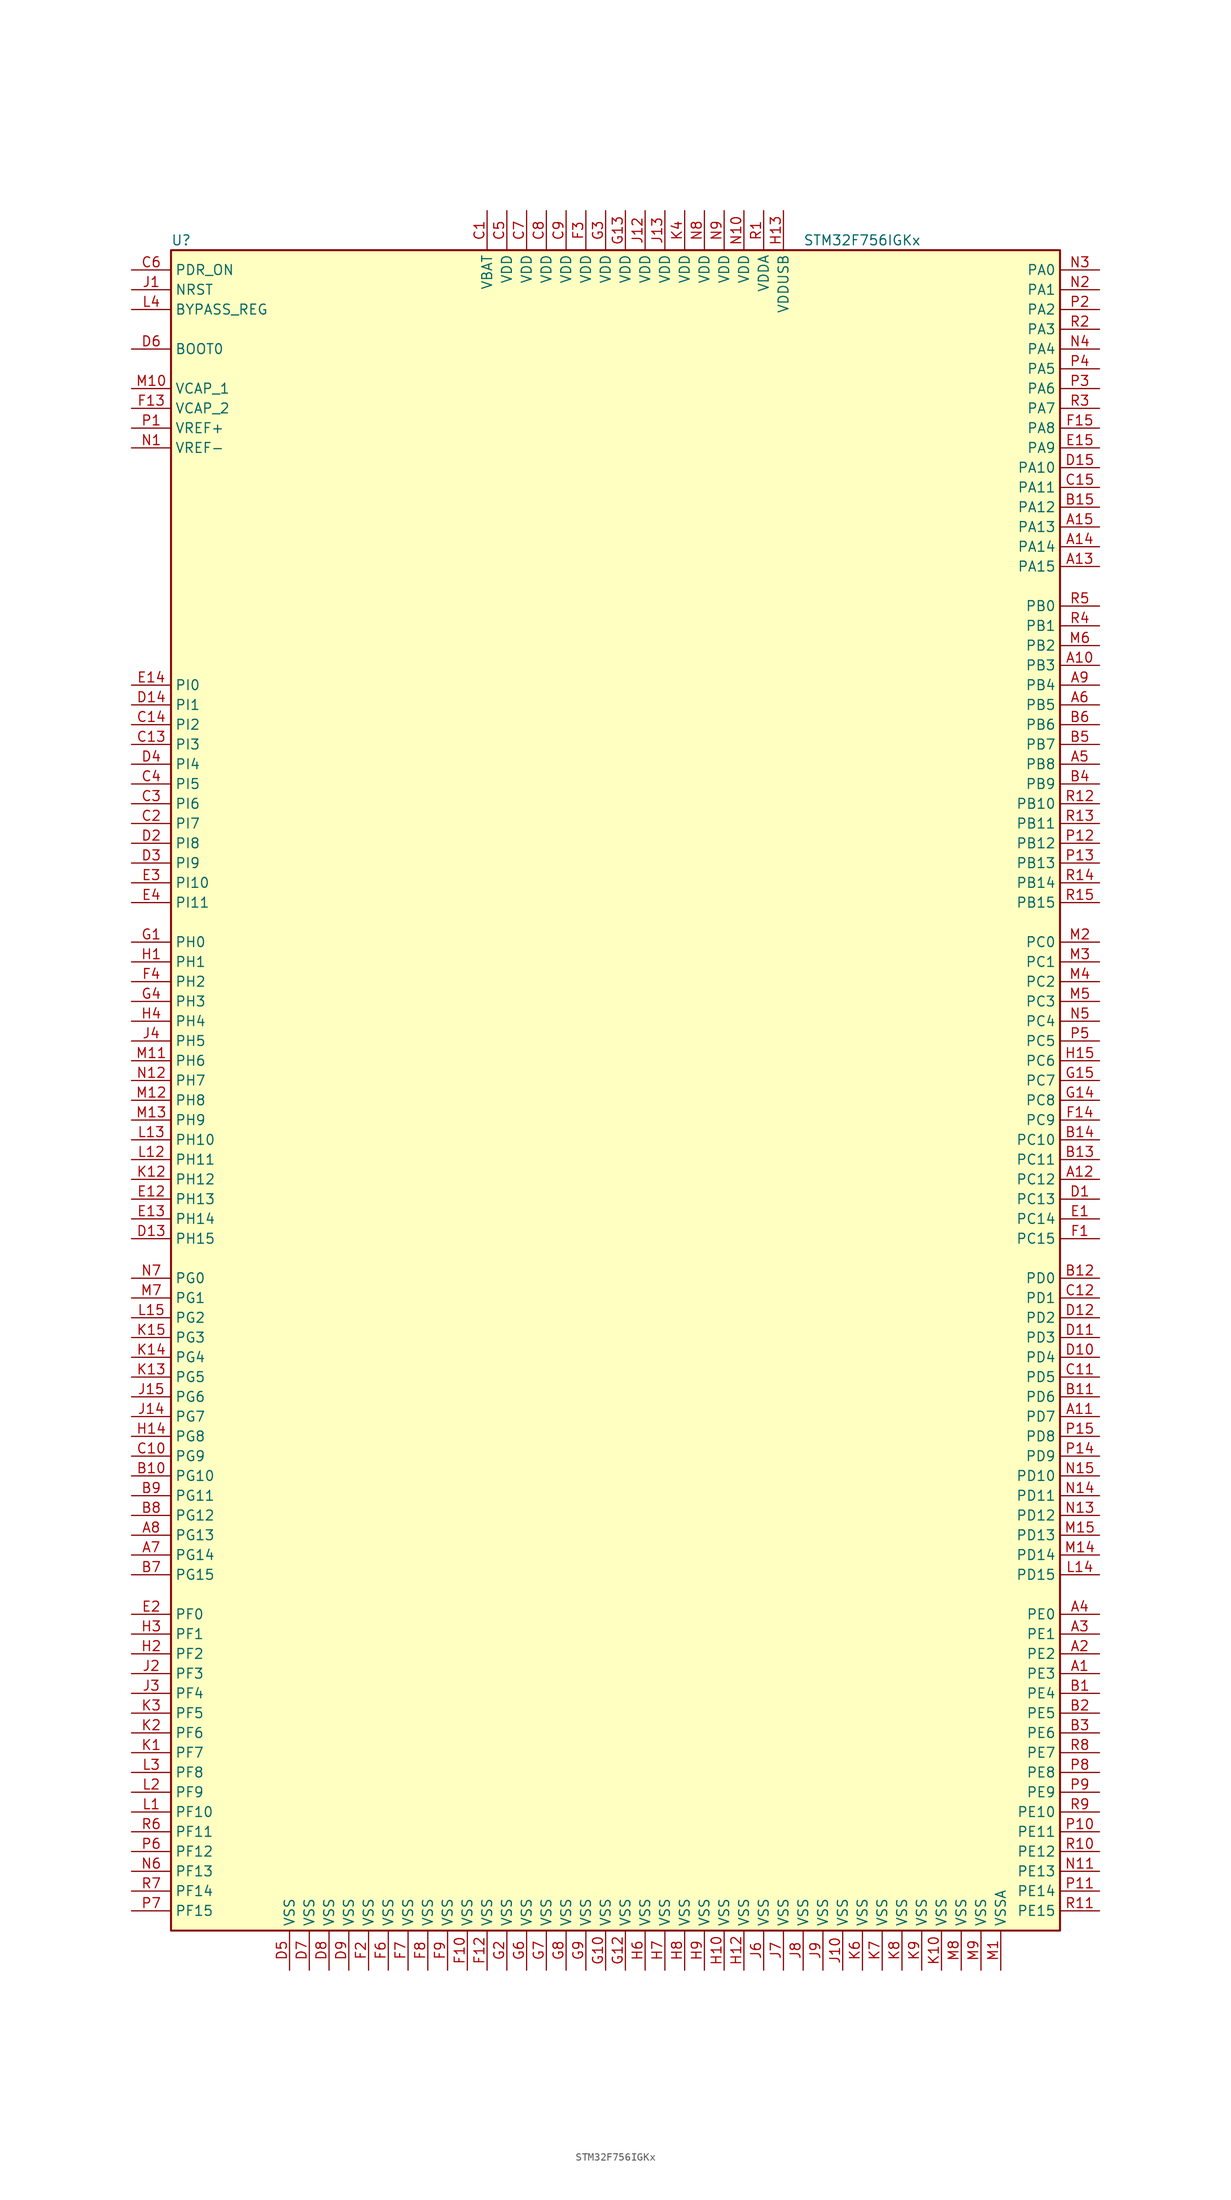
<source format=kicad_sym>
(kicad_symbol_lib
  (version 20211014)
  (generator kicad_symbol_editor)
  (symbol "STM32F756IGKx"
    (property "Reference" "U"
      (at -58.42 107.95 0)
      (effects (font (size 1.27 1.27)) (justify left)))
    (property "Value" "STM32F756IGKx"
      (at 22.86 107.95 0)
      (effects (font (size 1.27 1.27)) (justify left)))
    (symbol "STM32F756IGKx_0_1"
      (rectangle (start -58.42 -109.22) (end 55.88 106.68) (stroke (width 0.254) (type default) (color 0 0 0 0)) (fill (type background))))
    (symbol "STM32F756IGKx_1_1"
      (pin bidirectional line (at 60.96 -76.2 180) (length 5.08) (name "PE3" (effects (font (size 1.27 1.27)))) (number "A1" (effects (font (size 1.27 1.27)))))
      (pin bidirectional line (at 60.96 53.34 180) (length 5.08) (name "PB3" (effects (font (size 1.27 1.27)))) (number "A10" (effects (font (size 1.27 1.27)))))
      (pin bidirectional line (at 60.96 -43.18 180) (length 5.08) (name "PD7" (effects (font (size 1.27 1.27)))) (number "A11" (effects (font (size 1.27 1.27)))))
      (pin bidirectional line (at 60.96 -12.7 180) (length 5.08) (name "PC12" (effects (font (size 1.27 1.27)))) (number "A12" (effects (font (size 1.27 1.27)))))
      (pin bidirectional line (at 60.96 66.04 180) (length 5.08) (name "PA15" (effects (font (size 1.27 1.27)))) (number "A13" (effects (font (size 1.27 1.27)))))
      (pin bidirectional line (at 60.96 68.58 180) (length 5.08) (name "PA14" (effects (font (size 1.27 1.27)))) (number "A14" (effects (font (size 1.27 1.27)))))
      (pin bidirectional line (at 60.96 71.12 180) (length 5.08) (name "PA13" (effects (font (size 1.27 1.27)))) (number "A15" (effects (font (size 1.27 1.27)))))
      (pin bidirectional line (at 60.96 -73.66 180) (length 5.08) (name "PE2" (effects (font (size 1.27 1.27)))) (number "A2" (effects (font (size 1.27 1.27)))))
      (pin bidirectional line (at 60.96 -71.12 180) (length 5.08) (name "PE1" (effects (font (size 1.27 1.27)))) (number "A3" (effects (font (size 1.27 1.27)))))
      (pin bidirectional line (at 60.96 -68.58 180) (length 5.08) (name "PE0" (effects (font (size 1.27 1.27)))) (number "A4" (effects (font (size 1.27 1.27)))))
      (pin bidirectional line (at 60.96 40.64 180) (length 5.08) (name "PB8" (effects (font (size 1.27 1.27)))) (number "A5" (effects (font (size 1.27 1.27)))))
      (pin bidirectional line (at 60.96 48.26 180) (length 5.08) (name "PB5" (effects (font (size 1.27 1.27)))) (number "A6" (effects (font (size 1.27 1.27)))))
      (pin bidirectional line (at -63.5 -60.96 0) (length 5.08) (name "PG14" (effects (font (size 1.27 1.27)))) (number "A7" (effects (font (size 1.27 1.27)))))
      (pin bidirectional line (at -63.5 -58.42 0) (length 5.08) (name "PG13" (effects (font (size 1.27 1.27)))) (number "A8" (effects (font (size 1.27 1.27)))))
      (pin bidirectional line (at 60.96 50.8 180) (length 5.08) (name "PB4" (effects (font (size 1.27 1.27)))) (number "A9" (effects (font (size 1.27 1.27)))))
      (pin bidirectional line (at 60.96 -78.74 180) (length 5.08) (name "PE4" (effects (font (size 1.27 1.27)))) (number "B1" (effects (font (size 1.27 1.27)))))
      (pin bidirectional line (at -63.5 -50.8 0) (length 5.08) (name "PG10" (effects (font (size 1.27 1.27)))) (number "B10" (effects (font (size 1.27 1.27)))))
      (pin bidirectional line (at 60.96 -40.64 180) (length 5.08) (name "PD6" (effects (font (size 1.27 1.27)))) (number "B11" (effects (font (size 1.27 1.27)))))
      (pin bidirectional line (at 60.96 -25.4 180) (length 5.08) (name "PD0" (effects (font (size 1.27 1.27)))) (number "B12" (effects (font (size 1.27 1.27)))))
      (pin bidirectional line (at 60.96 -10.16 180) (length 5.08) (name "PC11" (effects (font (size 1.27 1.27)))) (number "B13" (effects (font (size 1.27 1.27)))))
      (pin bidirectional line (at 60.96 -7.62 180) (length 5.08) (name "PC10" (effects (font (size 1.27 1.27)))) (number "B14" (effects (font (size 1.27 1.27)))))
      (pin bidirectional line (at 60.96 73.66 180) (length 5.08) (name "PA12" (effects (font (size 1.27 1.27)))) (number "B15" (effects (font (size 1.27 1.27)))))
      (pin bidirectional line (at 60.96 -81.28 180) (length 5.08) (name "PE5" (effects (font (size 1.27 1.27)))) (number "B2" (effects (font (size 1.27 1.27)))))
      (pin bidirectional line (at 60.96 -83.82 180) (length 5.08) (name "PE6" (effects (font (size 1.27 1.27)))) (number "B3" (effects (font (size 1.27 1.27)))))
      (pin bidirectional line (at 60.96 38.1 180) (length 5.08) (name "PB9" (effects (font (size 1.27 1.27)))) (number "B4" (effects (font (size 1.27 1.27)))))
      (pin bidirectional line (at 60.96 43.18 180) (length 5.08) (name "PB7" (effects (font (size 1.27 1.27)))) (number "B5" (effects (font (size 1.27 1.27)))))
      (pin bidirectional line (at 60.96 45.72 180) (length 5.08) (name "PB6" (effects (font (size 1.27 1.27)))) (number "B6" (effects (font (size 1.27 1.27)))))
      (pin bidirectional line (at -63.5 -63.5 0) (length 5.08) (name "PG15" (effects (font (size 1.27 1.27)))) (number "B7" (effects (font (size 1.27 1.27)))))
      (pin bidirectional line (at -63.5 -55.88 0) (length 5.08) (name "PG12" (effects (font (size 1.27 1.27)))) (number "B8" (effects (font (size 1.27 1.27)))))
      (pin bidirectional line (at -63.5 -53.34 0) (length 5.08) (name "PG11" (effects (font (size 1.27 1.27)))) (number "B9" (effects (font (size 1.27 1.27)))))
      (pin power_in line (at -17.78 111.76 270) (length 5.08) (name "VBAT" (effects (font (size 1.27 1.27)))) (number "C1" (effects (font (size 1.27 1.27)))))
      (pin bidirectional line (at -63.5 -48.26 0) (length 5.08) (name "PG9" (effects (font (size 1.27 1.27)))) (number "C10" (effects (font (size 1.27 1.27)))))
      (pin bidirectional line (at 60.96 -38.1 180) (length 5.08) (name "PD5" (effects (font (size 1.27 1.27)))) (number "C11" (effects (font (size 1.27 1.27)))))
      (pin bidirectional line (at 60.96 -27.94 180) (length 5.08) (name "PD1" (effects (font (size 1.27 1.27)))) (number "C12" (effects (font (size 1.27 1.27)))))
      (pin bidirectional line (at -63.5 43.18 0) (length 5.08) (name "PI3" (effects (font (size 1.27 1.27)))) (number "C13" (effects (font (size 1.27 1.27)))))
      (pin bidirectional line (at -63.5 45.72 0) (length 5.08) (name "PI2" (effects (font (size 1.27 1.27)))) (number "C14" (effects (font (size 1.27 1.27)))))
      (pin bidirectional line (at 60.96 76.2 180) (length 5.08) (name "PA11" (effects (font (size 1.27 1.27)))) (number "C15" (effects (font (size 1.27 1.27)))))
      (pin bidirectional line (at -63.5 33.02 0) (length 5.08) (name "PI7" (effects (font (size 1.27 1.27)))) (number "C2" (effects (font (size 1.27 1.27)))))
      (pin bidirectional line (at -63.5 35.56 0) (length 5.08) (name "PI6" (effects (font (size 1.27 1.27)))) (number "C3" (effects (font (size 1.27 1.27)))))
      (pin bidirectional line (at -63.5 38.1 0) (length 5.08) (name "PI5" (effects (font (size 1.27 1.27)))) (number "C4" (effects (font (size 1.27 1.27)))))
      (pin power_in line (at -15.24 111.76 270) (length 5.08) (name "VDD" (effects (font (size 1.27 1.27)))) (number "C5" (effects (font (size 1.27 1.27)))))
      (pin input line (at -63.5 104.14 0) (length 5.08) (name "PDR_ON" (effects (font (size 1.27 1.27)))) (number "C6" (effects (font (size 1.27 1.27)))))
      (pin power_in line (at -12.7 111.76 270) (length 5.08) (name "VDD" (effects (font (size 1.27 1.27)))) (number "C7" (effects (font (size 1.27 1.27)))))
      (pin power_in line (at -10.16 111.76 270) (length 5.08) (name "VDD" (effects (font (size 1.27 1.27)))) (number "C8" (effects (font (size 1.27 1.27)))))
      (pin power_in line (at -7.62 111.76 270) (length 5.08) (name "VDD" (effects (font (size 1.27 1.27)))) (number "C9" (effects (font (size 1.27 1.27)))))
      (pin bidirectional line (at 60.96 -15.24 180) (length 5.08) (name "PC13" (effects (font (size 1.27 1.27)))) (number "D1" (effects (font (size 1.27 1.27)))))
      (pin bidirectional line (at 60.96 -35.56 180) (length 5.08) (name "PD4" (effects (font (size 1.27 1.27)))) (number "D10" (effects (font (size 1.27 1.27)))))
      (pin bidirectional line (at 60.96 -33.02 180) (length 5.08) (name "PD3" (effects (font (size 1.27 1.27)))) (number "D11" (effects (font (size 1.27 1.27)))))
      (pin bidirectional line (at 60.96 -30.48 180) (length 5.08) (name "PD2" (effects (font (size 1.27 1.27)))) (number "D12" (effects (font (size 1.27 1.27)))))
      (pin bidirectional line (at -63.5 -20.32 0) (length 5.08) (name "PH15" (effects (font (size 1.27 1.27)))) (number "D13" (effects (font (size 1.27 1.27)))))
      (pin bidirectional line (at -63.5 48.26 0) (length 5.08) (name "PI1" (effects (font (size 1.27 1.27)))) (number "D14" (effects (font (size 1.27 1.27)))))
      (pin bidirectional line (at 60.96 78.74 180) (length 5.08) (name "PA10" (effects (font (size 1.27 1.27)))) (number "D15" (effects (font (size 1.27 1.27)))))
      (pin bidirectional line (at -63.5 30.48 0) (length 5.08) (name "PI8" (effects (font (size 1.27 1.27)))) (number "D2" (effects (font (size 1.27 1.27)))))
      (pin bidirectional line (at -63.5 27.94 0) (length 5.08) (name "PI9" (effects (font (size 1.27 1.27)))) (number "D3" (effects (font (size 1.27 1.27)))))
      (pin bidirectional line (at -63.5 40.64 0) (length 5.08) (name "PI4" (effects (font (size 1.27 1.27)))) (number "D4" (effects (font (size 1.27 1.27)))))
      (pin power_in line (at -43.18 -114.3 90) (length 5.08) (name "VSS" (effects (font (size 1.27 1.27)))) (number "D5" (effects (font (size 1.27 1.27)))))
      (pin input line (at -63.5 93.98 0) (length 5.08) (name "BOOT0" (effects (font (size 1.27 1.27)))) (number "D6" (effects (font (size 1.27 1.27)))))
      (pin power_in line (at -40.64 -114.3 90) (length 5.08) (name "VSS" (effects (font (size 1.27 1.27)))) (number "D7" (effects (font (size 1.27 1.27)))))
      (pin power_in line (at -38.1 -114.3 90) (length 5.08) (name "VSS" (effects (font (size 1.27 1.27)))) (number "D8" (effects (font (size 1.27 1.27)))))
      (pin power_in line (at -35.56 -114.3 90) (length 5.08) (name "VSS" (effects (font (size 1.27 1.27)))) (number "D9" (effects (font (size 1.27 1.27)))))
      (pin bidirectional line (at 60.96 -17.78 180) (length 5.08) (name "PC14" (effects (font (size 1.27 1.27)))) (number "E1" (effects (font (size 1.27 1.27)))))
      (pin bidirectional line (at -63.5 -15.24 0) (length 5.08) (name "PH13" (effects (font (size 1.27 1.27)))) (number "E12" (effects (font (size 1.27 1.27)))))
      (pin bidirectional line (at -63.5 -17.78 0) (length 5.08) (name "PH14" (effects (font (size 1.27 1.27)))) (number "E13" (effects (font (size 1.27 1.27)))))
      (pin bidirectional line (at -63.5 50.8 0) (length 5.08) (name "PI0" (effects (font (size 1.27 1.27)))) (number "E14" (effects (font (size 1.27 1.27)))))
      (pin bidirectional line (at 60.96 81.28 180) (length 5.08) (name "PA9" (effects (font (size 1.27 1.27)))) (number "E15" (effects (font (size 1.27 1.27)))))
      (pin bidirectional line (at -63.5 -68.58 0) (length 5.08) (name "PF0" (effects (font (size 1.27 1.27)))) (number "E2" (effects (font (size 1.27 1.27)))))
      (pin bidirectional line (at -63.5 25.4 0) (length 5.08) (name "PI10" (effects (font (size 1.27 1.27)))) (number "E3" (effects (font (size 1.27 1.27)))))
      (pin bidirectional line (at -63.5 22.86 0) (length 5.08) (name "PI11" (effects (font (size 1.27 1.27)))) (number "E4" (effects (font (size 1.27 1.27)))))
      (pin bidirectional line (at 60.96 -20.32 180) (length 5.08) (name "PC15" (effects (font (size 1.27 1.27)))) (number "F1" (effects (font (size 1.27 1.27)))))
      (pin power_in line (at -20.32 -114.3 90) (length 5.08) (name "VSS" (effects (font (size 1.27 1.27)))) (number "F10" (effects (font (size 1.27 1.27)))))
      (pin power_in line (at -17.78 -114.3 90) (length 5.08) (name "VSS" (effects (font (size 1.27 1.27)))) (number "F12" (effects (font (size 1.27 1.27)))))
      (pin power_in line (at -63.5 86.36 0) (length 5.08) (name "VCAP_2" (effects (font (size 1.27 1.27)))) (number "F13" (effects (font (size 1.27 1.27)))))
      (pin bidirectional line (at 60.96 -5.08 180) (length 5.08) (name "PC9" (effects (font (size 1.27 1.27)))) (number "F14" (effects (font (size 1.27 1.27)))))
      (pin bidirectional line (at 60.96 83.82 180) (length 5.08) (name "PA8" (effects (font (size 1.27 1.27)))) (number "F15" (effects (font (size 1.27 1.27)))))
      (pin power_in line (at -33.02 -114.3 90) (length 5.08) (name "VSS" (effects (font (size 1.27 1.27)))) (number "F2" (effects (font (size 1.27 1.27)))))
      (pin power_in line (at -5.08 111.76 270) (length 5.08) (name "VDD" (effects (font (size 1.27 1.27)))) (number "F3" (effects (font (size 1.27 1.27)))))
      (pin bidirectional line (at -63.5 12.7 0) (length 5.08) (name "PH2" (effects (font (size 1.27 1.27)))) (number "F4" (effects (font (size 1.27 1.27)))))
      (pin power_in line (at -30.48 -114.3 90) (length 5.08) (name "VSS" (effects (font (size 1.27 1.27)))) (number "F6" (effects (font (size 1.27 1.27)))))
      (pin power_in line (at -27.94 -114.3 90) (length 5.08) (name "VSS" (effects (font (size 1.27 1.27)))) (number "F7" (effects (font (size 1.27 1.27)))))
      (pin power_in line (at -25.4 -114.3 90) (length 5.08) (name "VSS" (effects (font (size 1.27 1.27)))) (number "F8" (effects (font (size 1.27 1.27)))))
      (pin power_in line (at -22.86 -114.3 90) (length 5.08) (name "VSS" (effects (font (size 1.27 1.27)))) (number "F9" (effects (font (size 1.27 1.27)))))
      (pin input line (at -63.5 17.78 0) (length 5.08) (name "PH0" (effects (font (size 1.27 1.27)))) (number "G1" (effects (font (size 1.27 1.27)))))
      (pin power_in line (at -2.54 -114.3 90) (length 5.08) (name "VSS" (effects (font (size 1.27 1.27)))) (number "G10" (effects (font (size 1.27 1.27)))))
      (pin power_in line (at 0 -114.3 90) (length 5.08) (name "VSS" (effects (font (size 1.27 1.27)))) (number "G12" (effects (font (size 1.27 1.27)))))
      (pin power_in line (at 0 111.76 270) (length 5.08) (name "VDD" (effects (font (size 1.27 1.27)))) (number "G13" (effects (font (size 1.27 1.27)))))
      (pin bidirectional line (at 60.96 -2.54 180) (length 5.08) (name "PC8" (effects (font (size 1.27 1.27)))) (number "G14" (effects (font (size 1.27 1.27)))))
      (pin bidirectional line (at 60.96 0 180) (length 5.08) (name "PC7" (effects (font (size 1.27 1.27)))) (number "G15" (effects (font (size 1.27 1.27)))))
      (pin power_in line (at -15.24 -114.3 90) (length 5.08) (name "VSS" (effects (font (size 1.27 1.27)))) (number "G2" (effects (font (size 1.27 1.27)))))
      (pin power_in line (at -2.54 111.76 270) (length 5.08) (name "VDD" (effects (font (size 1.27 1.27)))) (number "G3" (effects (font (size 1.27 1.27)))))
      (pin bidirectional line (at -63.5 10.16 0) (length 5.08) (name "PH3" (effects (font (size 1.27 1.27)))) (number "G4" (effects (font (size 1.27 1.27)))))
      (pin power_in line (at -12.7 -114.3 90) (length 5.08) (name "VSS" (effects (font (size 1.27 1.27)))) (number "G6" (effects (font (size 1.27 1.27)))))
      (pin power_in line (at -10.16 -114.3 90) (length 5.08) (name "VSS" (effects (font (size 1.27 1.27)))) (number "G7" (effects (font (size 1.27 1.27)))))
      (pin power_in line (at -7.62 -114.3 90) (length 5.08) (name "VSS" (effects (font (size 1.27 1.27)))) (number "G8" (effects (font (size 1.27 1.27)))))
      (pin power_in line (at -5.08 -114.3 90) (length 5.08) (name "VSS" (effects (font (size 1.27 1.27)))) (number "G9" (effects (font (size 1.27 1.27)))))
      (pin input line (at -63.5 15.24 0) (length 5.08) (name "PH1" (effects (font (size 1.27 1.27)))) (number "H1" (effects (font (size 1.27 1.27)))))
      (pin power_in line (at 12.7 -114.3 90) (length 5.08) (name "VSS" (effects (font (size 1.27 1.27)))) (number "H10" (effects (font (size 1.27 1.27)))))
      (pin power_in line (at 15.24 -114.3 90) (length 5.08) (name "VSS" (effects (font (size 1.27 1.27)))) (number "H12" (effects (font (size 1.27 1.27)))))
      (pin power_in line (at 20.32 111.76 270) (length 5.08) (name "VDDUSB" (effects (font (size 1.27 1.27)))) (number "H13" (effects (font (size 1.27 1.27)))))
      (pin bidirectional line (at -63.5 -45.72 0) (length 5.08) (name "PG8" (effects (font (size 1.27 1.27)))) (number "H14" (effects (font (size 1.27 1.27)))))
      (pin bidirectional line (at 60.96 2.54 180) (length 5.08) (name "PC6" (effects (font (size 1.27 1.27)))) (number "H15" (effects (font (size 1.27 1.27)))))
      (pin bidirectional line (at -63.5 -73.66 0) (length 5.08) (name "PF2" (effects (font (size 1.27 1.27)))) (number "H2" (effects (font (size 1.27 1.27)))))
      (pin bidirectional line (at -63.5 -71.12 0) (length 5.08) (name "PF1" (effects (font (size 1.27 1.27)))) (number "H3" (effects (font (size 1.27 1.27)))))
      (pin bidirectional line (at -63.5 7.62 0) (length 5.08) (name "PH4" (effects (font (size 1.27 1.27)))) (number "H4" (effects (font (size 1.27 1.27)))))
      (pin power_in line (at 2.54 -114.3 90) (length 5.08) (name "VSS" (effects (font (size 1.27 1.27)))) (number "H6" (effects (font (size 1.27 1.27)))))
      (pin power_in line (at 5.08 -114.3 90) (length 5.08) (name "VSS" (effects (font (size 1.27 1.27)))) (number "H7" (effects (font (size 1.27 1.27)))))
      (pin power_in line (at 7.62 -114.3 90) (length 5.08) (name "VSS" (effects (font (size 1.27 1.27)))) (number "H8" (effects (font (size 1.27 1.27)))))
      (pin power_in line (at 10.16 -114.3 90) (length 5.08) (name "VSS" (effects (font (size 1.27 1.27)))) (number "H9" (effects (font (size 1.27 1.27)))))
      (pin input line (at -63.5 101.6 0) (length 5.08) (name "NRST" (effects (font (size 1.27 1.27)))) (number "J1" (effects (font (size 1.27 1.27)))))
      (pin power_in line (at 27.94 -114.3 90) (length 5.08) (name "VSS" (effects (font (size 1.27 1.27)))) (number "J10" (effects (font (size 1.27 1.27)))))
      (pin power_in line (at 2.54 111.76 270) (length 5.08) (name "VDD" (effects (font (size 1.27 1.27)))) (number "J12" (effects (font (size 1.27 1.27)))))
      (pin power_in line (at 5.08 111.76 270) (length 5.08) (name "VDD" (effects (font (size 1.27 1.27)))) (number "J13" (effects (font (size 1.27 1.27)))))
      (pin bidirectional line (at -63.5 -43.18 0) (length 5.08) (name "PG7" (effects (font (size 1.27 1.27)))) (number "J14" (effects (font (size 1.27 1.27)))))
      (pin bidirectional line (at -63.5 -40.64 0) (length 5.08) (name "PG6" (effects (font (size 1.27 1.27)))) (number "J15" (effects (font (size 1.27 1.27)))))
      (pin bidirectional line (at -63.5 -76.2 0) (length 5.08) (name "PF3" (effects (font (size 1.27 1.27)))) (number "J2" (effects (font (size 1.27 1.27)))))
      (pin bidirectional line (at -63.5 -78.74 0) (length 5.08) (name "PF4" (effects (font (size 1.27 1.27)))) (number "J3" (effects (font (size 1.27 1.27)))))
      (pin bidirectional line (at -63.5 5.08 0) (length 5.08) (name "PH5" (effects (font (size 1.27 1.27)))) (number "J4" (effects (font (size 1.27 1.27)))))
      (pin power_in line (at 17.78 -114.3 90) (length 5.08) (name "VSS" (effects (font (size 1.27 1.27)))) (number "J6" (effects (font (size 1.27 1.27)))))
      (pin power_in line (at 20.32 -114.3 90) (length 5.08) (name "VSS" (effects (font (size 1.27 1.27)))) (number "J7" (effects (font (size 1.27 1.27)))))
      (pin power_in line (at 22.86 -114.3 90) (length 5.08) (name "VSS" (effects (font (size 1.27 1.27)))) (number "J8" (effects (font (size 1.27 1.27)))))
      (pin power_in line (at 25.4 -114.3 90) (length 5.08) (name "VSS" (effects (font (size 1.27 1.27)))) (number "J9" (effects (font (size 1.27 1.27)))))
      (pin bidirectional line (at -63.5 -86.36 0) (length 5.08) (name "PF7" (effects (font (size 1.27 1.27)))) (number "K1" (effects (font (size 1.27 1.27)))))
      (pin power_in line (at 40.64 -114.3 90) (length 5.08) (name "VSS" (effects (font (size 1.27 1.27)))) (number "K10" (effects (font (size 1.27 1.27)))))
      (pin bidirectional line (at -63.5 -12.7 0) (length 5.08) (name "PH12" (effects (font (size 1.27 1.27)))) (number "K12" (effects (font (size 1.27 1.27)))))
      (pin bidirectional line (at -63.5 -38.1 0) (length 5.08) (name "PG5" (effects (font (size 1.27 1.27)))) (number "K13" (effects (font (size 1.27 1.27)))))
      (pin bidirectional line (at -63.5 -35.56 0) (length 5.08) (name "PG4" (effects (font (size 1.27 1.27)))) (number "K14" (effects (font (size 1.27 1.27)))))
      (pin bidirectional line (at -63.5 -33.02 0) (length 5.08) (name "PG3" (effects (font (size 1.27 1.27)))) (number "K15" (effects (font (size 1.27 1.27)))))
      (pin bidirectional line (at -63.5 -83.82 0) (length 5.08) (name "PF6" (effects (font (size 1.27 1.27)))) (number "K2" (effects (font (size 1.27 1.27)))))
      (pin bidirectional line (at -63.5 -81.28 0) (length 5.08) (name "PF5" (effects (font (size 1.27 1.27)))) (number "K3" (effects (font (size 1.27 1.27)))))
      (pin power_in line (at 7.62 111.76 270) (length 5.08) (name "VDD" (effects (font (size 1.27 1.27)))) (number "K4" (effects (font (size 1.27 1.27)))))
      (pin power_in line (at 30.48 -114.3 90) (length 5.08) (name "VSS" (effects (font (size 1.27 1.27)))) (number "K6" (effects (font (size 1.27 1.27)))))
      (pin power_in line (at 33.02 -114.3 90) (length 5.08) (name "VSS" (effects (font (size 1.27 1.27)))) (number "K7" (effects (font (size 1.27 1.27)))))
      (pin power_in line (at 35.56 -114.3 90) (length 5.08) (name "VSS" (effects (font (size 1.27 1.27)))) (number "K8" (effects (font (size 1.27 1.27)))))
      (pin power_in line (at 38.1 -114.3 90) (length 5.08) (name "VSS" (effects (font (size 1.27 1.27)))) (number "K9" (effects (font (size 1.27 1.27)))))
      (pin bidirectional line (at -63.5 -93.98 0) (length 5.08) (name "PF10" (effects (font (size 1.27 1.27)))) (number "L1" (effects (font (size 1.27 1.27)))))
      (pin bidirectional line (at -63.5 -10.16 0) (length 5.08) (name "PH11" (effects (font (size 1.27 1.27)))) (number "L12" (effects (font (size 1.27 1.27)))))
      (pin bidirectional line (at -63.5 -7.62 0) (length 5.08) (name "PH10" (effects (font (size 1.27 1.27)))) (number "L13" (effects (font (size 1.27 1.27)))))
      (pin bidirectional line (at 60.96 -63.5 180) (length 5.08) (name "PD15" (effects (font (size 1.27 1.27)))) (number "L14" (effects (font (size 1.27 1.27)))))
      (pin bidirectional line (at -63.5 -30.48 0) (length 5.08) (name "PG2" (effects (font (size 1.27 1.27)))) (number "L15" (effects (font (size 1.27 1.27)))))
      (pin bidirectional line (at -63.5 -91.44 0) (length 5.08) (name "PF9" (effects (font (size 1.27 1.27)))) (number "L2" (effects (font (size 1.27 1.27)))))
      (pin bidirectional line (at -63.5 -88.9 0) (length 5.08) (name "PF8" (effects (font (size 1.27 1.27)))) (number "L3" (effects (font (size 1.27 1.27)))))
      (pin input line (at -63.5 99.06 0) (length 5.08) (name "BYPASS_REG" (effects (font (size 1.27 1.27)))) (number "L4" (effects (font (size 1.27 1.27)))))
      (pin power_in line (at 48.26 -114.3 90) (length 5.08) (name "VSSA" (effects (font (size 1.27 1.27)))) (number "M1" (effects (font (size 1.27 1.27)))))
      (pin power_in line (at -63.5 88.9 0) (length 5.08) (name "VCAP_1" (effects (font (size 1.27 1.27)))) (number "M10" (effects (font (size 1.27 1.27)))))
      (pin bidirectional line (at -63.5 2.54 0) (length 5.08) (name "PH6" (effects (font (size 1.27 1.27)))) (number "M11" (effects (font (size 1.27 1.27)))))
      (pin bidirectional line (at -63.5 -2.54 0) (length 5.08) (name "PH8" (effects (font (size 1.27 1.27)))) (number "M12" (effects (font (size 1.27 1.27)))))
      (pin bidirectional line (at -63.5 -5.08 0) (length 5.08) (name "PH9" (effects (font (size 1.27 1.27)))) (number "M13" (effects (font (size 1.27 1.27)))))
      (pin bidirectional line (at 60.96 -60.96 180) (length 5.08) (name "PD14" (effects (font (size 1.27 1.27)))) (number "M14" (effects (font (size 1.27 1.27)))))
      (pin bidirectional line (at 60.96 -58.42 180) (length 5.08) (name "PD13" (effects (font (size 1.27 1.27)))) (number "M15" (effects (font (size 1.27 1.27)))))
      (pin bidirectional line (at 60.96 17.78 180) (length 5.08) (name "PC0" (effects (font (size 1.27 1.27)))) (number "M2" (effects (font (size 1.27 1.27)))))
      (pin bidirectional line (at 60.96 15.24 180) (length 5.08) (name "PC1" (effects (font (size 1.27 1.27)))) (number "M3" (effects (font (size 1.27 1.27)))))
      (pin bidirectional line (at 60.96 12.7 180) (length 5.08) (name "PC2" (effects (font (size 1.27 1.27)))) (number "M4" (effects (font (size 1.27 1.27)))))
      (pin bidirectional line (at 60.96 10.16 180) (length 5.08) (name "PC3" (effects (font (size 1.27 1.27)))) (number "M5" (effects (font (size 1.27 1.27)))))
      (pin bidirectional line (at 60.96 55.88 180) (length 5.08) (name "PB2" (effects (font (size 1.27 1.27)))) (number "M6" (effects (font (size 1.27 1.27)))))
      (pin bidirectional line (at -63.5 -27.94 0) (length 5.08) (name "PG1" (effects (font (size 1.27 1.27)))) (number "M7" (effects (font (size 1.27 1.27)))))
      (pin power_in line (at 43.18 -114.3 90) (length 5.08) (name "VSS" (effects (font (size 1.27 1.27)))) (number "M8" (effects (font (size 1.27 1.27)))))
      (pin power_in line (at 45.72 -114.3 90) (length 5.08) (name "VSS" (effects (font (size 1.27 1.27)))) (number "M9" (effects (font (size 1.27 1.27)))))
      (pin power_in line (at -63.5 81.28 0) (length 5.08) (name "VREF-" (effects (font (size 1.27 1.27)))) (number "N1" (effects (font (size 1.27 1.27)))))
      (pin power_in line (at 15.24 111.76 270) (length 5.08) (name "VDD" (effects (font (size 1.27 1.27)))) (number "N10" (effects (font (size 1.27 1.27)))))
      (pin bidirectional line (at 60.96 -101.6 180) (length 5.08) (name "PE13" (effects (font (size 1.27 1.27)))) (number "N11" (effects (font (size 1.27 1.27)))))
      (pin bidirectional line (at -63.5 0 0) (length 5.08) (name "PH7" (effects (font (size 1.27 1.27)))) (number "N12" (effects (font (size 1.27 1.27)))))
      (pin bidirectional line (at 60.96 -55.88 180) (length 5.08) (name "PD12" (effects (font (size 1.27 1.27)))) (number "N13" (effects (font (size 1.27 1.27)))))
      (pin bidirectional line (at 60.96 -53.34 180) (length 5.08) (name "PD11" (effects (font (size 1.27 1.27)))) (number "N14" (effects (font (size 1.27 1.27)))))
      (pin bidirectional line (at 60.96 -50.8 180) (length 5.08) (name "PD10" (effects (font (size 1.27 1.27)))) (number "N15" (effects (font (size 1.27 1.27)))))
      (pin bidirectional line (at 60.96 101.6 180) (length 5.08) (name "PA1" (effects (font (size 1.27 1.27)))) (number "N2" (effects (font (size 1.27 1.27)))))
      (pin bidirectional line (at 60.96 104.14 180) (length 5.08) (name "PA0" (effects (font (size 1.27 1.27)))) (number "N3" (effects (font (size 1.27 1.27)))))
      (pin bidirectional line (at 60.96 93.98 180) (length 5.08) (name "PA4" (effects (font (size 1.27 1.27)))) (number "N4" (effects (font (size 1.27 1.27)))))
      (pin bidirectional line (at 60.96 7.62 180) (length 5.08) (name "PC4" (effects (font (size 1.27 1.27)))) (number "N5" (effects (font (size 1.27 1.27)))))
      (pin bidirectional line (at -63.5 -101.6 0) (length 5.08) (name "PF13" (effects (font (size 1.27 1.27)))) (number "N6" (effects (font (size 1.27 1.27)))))
      (pin bidirectional line (at -63.5 -25.4 0) (length 5.08) (name "PG0" (effects (font (size 1.27 1.27)))) (number "N7" (effects (font (size 1.27 1.27)))))
      (pin power_in line (at 10.16 111.76 270) (length 5.08) (name "VDD" (effects (font (size 1.27 1.27)))) (number "N8" (effects (font (size 1.27 1.27)))))
      (pin power_in line (at 12.7 111.76 270) (length 5.08) (name "VDD" (effects (font (size 1.27 1.27)))) (number "N9" (effects (font (size 1.27 1.27)))))
      (pin power_in line (at -63.5 83.82 0) (length 5.08) (name "VREF+" (effects (font (size 1.27 1.27)))) (number "P1" (effects (font (size 1.27 1.27)))))
      (pin bidirectional line (at 60.96 -96.52 180) (length 5.08) (name "PE11" (effects (font (size 1.27 1.27)))) (number "P10" (effects (font (size 1.27 1.27)))))
      (pin bidirectional line (at 60.96 -104.14 180) (length 5.08) (name "PE14" (effects (font (size 1.27 1.27)))) (number "P11" (effects (font (size 1.27 1.27)))))
      (pin bidirectional line (at 60.96 30.48 180) (length 5.08) (name "PB12" (effects (font (size 1.27 1.27)))) (number "P12" (effects (font (size 1.27 1.27)))))
      (pin bidirectional line (at 60.96 27.94 180) (length 5.08) (name "PB13" (effects (font (size 1.27 1.27)))) (number "P13" (effects (font (size 1.27 1.27)))))
      (pin bidirectional line (at 60.96 -48.26 180) (length 5.08) (name "PD9" (effects (font (size 1.27 1.27)))) (number "P14" (effects (font (size 1.27 1.27)))))
      (pin bidirectional line (at 60.96 -45.72 180) (length 5.08) (name "PD8" (effects (font (size 1.27 1.27)))) (number "P15" (effects (font (size 1.27 1.27)))))
      (pin bidirectional line (at 60.96 99.06 180) (length 5.08) (name "PA2" (effects (font (size 1.27 1.27)))) (number "P2" (effects (font (size 1.27 1.27)))))
      (pin bidirectional line (at 60.96 88.9 180) (length 5.08) (name "PA6" (effects (font (size 1.27 1.27)))) (number "P3" (effects (font (size 1.27 1.27)))))
      (pin bidirectional line (at 60.96 91.44 180) (length 5.08) (name "PA5" (effects (font (size 1.27 1.27)))) (number "P4" (effects (font (size 1.27 1.27)))))
      (pin bidirectional line (at 60.96 5.08 180) (length 5.08) (name "PC5" (effects (font (size 1.27 1.27)))) (number "P5" (effects (font (size 1.27 1.27)))))
      (pin bidirectional line (at -63.5 -99.06 0) (length 5.08) (name "PF12" (effects (font (size 1.27 1.27)))) (number "P6" (effects (font (size 1.27 1.27)))))
      (pin bidirectional line (at -63.5 -106.68 0) (length 5.08) (name "PF15" (effects (font (size 1.27 1.27)))) (number "P7" (effects (font (size 1.27 1.27)))))
      (pin bidirectional line (at 60.96 -88.9 180) (length 5.08) (name "PE8" (effects (font (size 1.27 1.27)))) (number "P8" (effects (font (size 1.27 1.27)))))
      (pin bidirectional line (at 60.96 -91.44 180) (length 5.08) (name "PE9" (effects (font (size 1.27 1.27)))) (number "P9" (effects (font (size 1.27 1.27)))))
      (pin power_in line (at 17.78 111.76 270) (length 5.08) (name "VDDA" (effects (font (size 1.27 1.27)))) (number "R1" (effects (font (size 1.27 1.27)))))
      (pin bidirectional line (at 60.96 -99.06 180) (length 5.08) (name "PE12" (effects (font (size 1.27 1.27)))) (number "R10" (effects (font (size 1.27 1.27)))))
      (pin bidirectional line (at 60.96 -106.68 180) (length 5.08) (name "PE15" (effects (font (size 1.27 1.27)))) (number "R11" (effects (font (size 1.27 1.27)))))
      (pin bidirectional line (at 60.96 35.56 180) (length 5.08) (name "PB10" (effects (font (size 1.27 1.27)))) (number "R12" (effects (font (size 1.27 1.27)))))
      (pin bidirectional line (at 60.96 33.02 180) (length 5.08) (name "PB11" (effects (font (size 1.27 1.27)))) (number "R13" (effects (font (size 1.27 1.27)))))
      (pin bidirectional line (at 60.96 25.4 180) (length 5.08) (name "PB14" (effects (font (size 1.27 1.27)))) (number "R14" (effects (font (size 1.27 1.27)))))
      (pin bidirectional line (at 60.96 22.86 180) (length 5.08) (name "PB15" (effects (font (size 1.27 1.27)))) (number "R15" (effects (font (size 1.27 1.27)))))
      (pin bidirectional line (at 60.96 96.52 180) (length 5.08) (name "PA3" (effects (font (size 1.27 1.27)))) (number "R2" (effects (font (size 1.27 1.27)))))
      (pin bidirectional line (at 60.96 86.36 180) (length 5.08) (name "PA7" (effects (font (size 1.27 1.27)))) (number "R3" (effects (font (size 1.27 1.27)))))
      (pin bidirectional line (at 60.96 58.42 180) (length 5.08) (name "PB1" (effects (font (size 1.27 1.27)))) (number "R4" (effects (font (size 1.27 1.27)))))
      (pin bidirectional line (at 60.96 60.96 180) (length 5.08) (name "PB0" (effects (font (size 1.27 1.27)))) (number "R5" (effects (font (size 1.27 1.27)))))
      (pin bidirectional line (at -63.5 -96.52 0) (length 5.08) (name "PF11" (effects (font (size 1.27 1.27)))) (number "R6" (effects (font (size 1.27 1.27)))))
      (pin bidirectional line (at -63.5 -104.14 0) (length 5.08) (name "PF14" (effects (font (size 1.27 1.27)))) (number "R7" (effects (font (size 1.27 1.27)))))
      (pin bidirectional line (at 60.96 -86.36 180) (length 5.08) (name "PE7" (effects (font (size 1.27 1.27)))) (number "R8" (effects (font (size 1.27 1.27)))))
      (pin bidirectional line (at 60.96 -93.98 180) (length 5.08) (name "PE10" (effects (font (size 1.27 1.27)))) (number "R9" (effects (font (size 1.27 1.27))))))))
</source>
